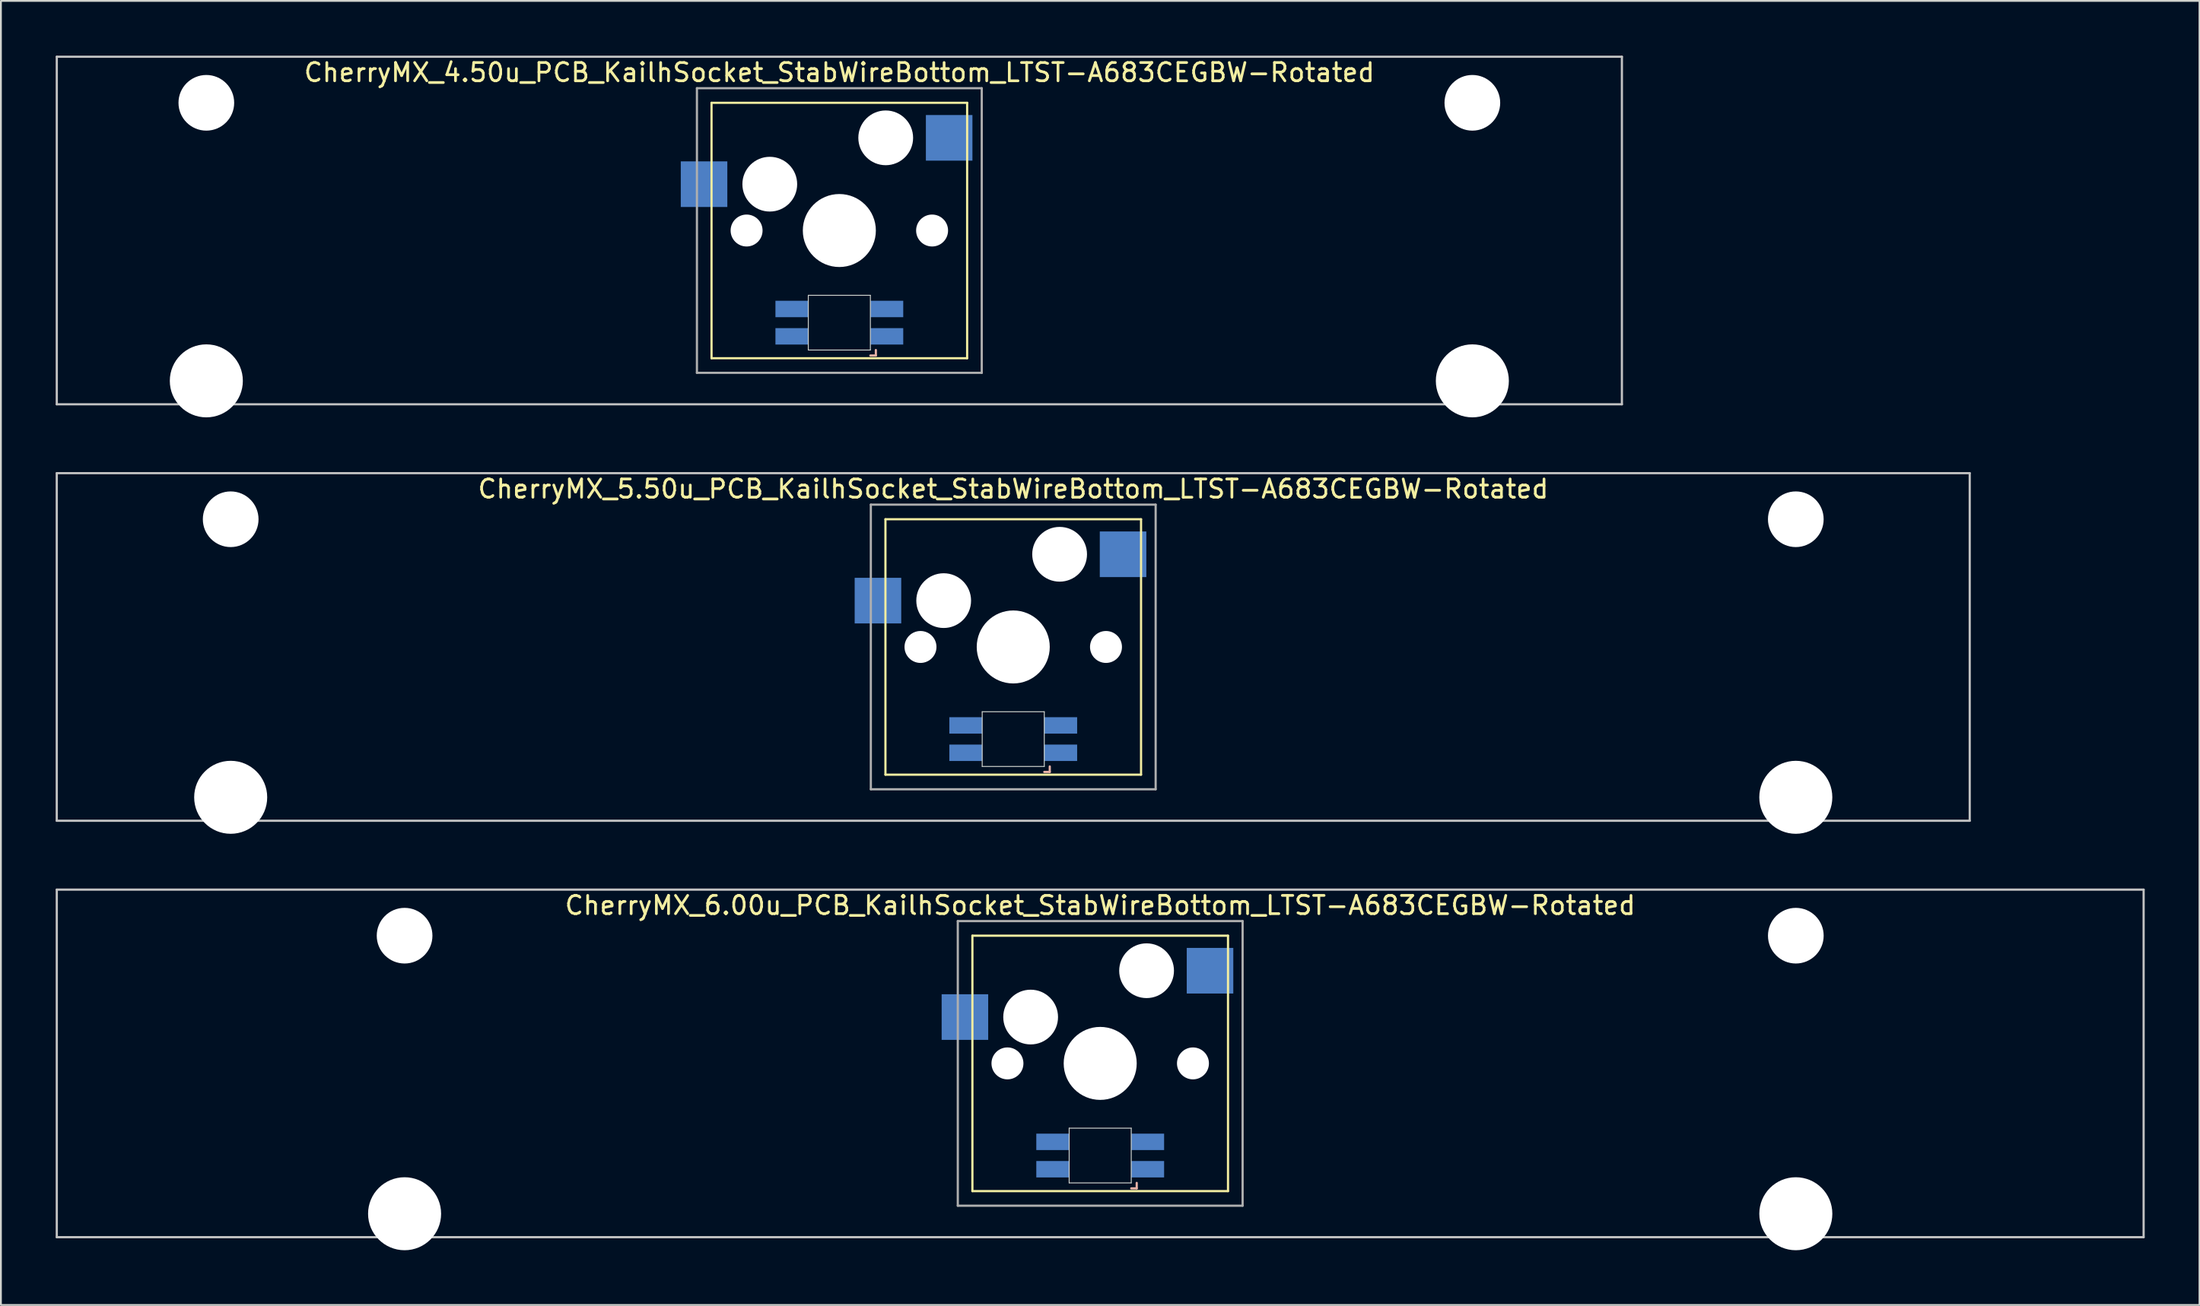
<source format=kicad_pcb>
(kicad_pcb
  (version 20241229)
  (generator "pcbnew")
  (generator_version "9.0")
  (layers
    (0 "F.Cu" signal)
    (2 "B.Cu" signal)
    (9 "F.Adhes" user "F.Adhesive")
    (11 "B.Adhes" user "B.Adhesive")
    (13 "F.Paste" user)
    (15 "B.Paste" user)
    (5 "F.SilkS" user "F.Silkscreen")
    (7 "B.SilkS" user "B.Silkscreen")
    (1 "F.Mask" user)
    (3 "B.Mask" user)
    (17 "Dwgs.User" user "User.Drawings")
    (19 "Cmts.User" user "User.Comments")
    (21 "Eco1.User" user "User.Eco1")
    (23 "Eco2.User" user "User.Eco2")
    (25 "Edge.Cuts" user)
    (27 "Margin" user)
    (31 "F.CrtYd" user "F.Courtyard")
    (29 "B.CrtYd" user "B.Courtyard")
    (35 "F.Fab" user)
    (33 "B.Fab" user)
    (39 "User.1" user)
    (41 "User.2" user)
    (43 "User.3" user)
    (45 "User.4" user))
  (footprint "CherryMX_4.50u_PCB_KailhSocket_StabWireBottom_LTST-A683CEGBW-Rotated"
    (layer "F.Cu")
    (at 42.922 9.585)
    (property "Reference" "CherryMX_4.50u_PCB_KailhSocket_StabWireBottom_LTST-A683CEGBW-Rotated" (at 0 -8.662 0) (layer "F.SilkS") (effects (font (size 1 1) (thickness 0.15))))
    (attr through_hole)
    (fp_line (start -7 -7) (end -7 7) (stroke (width 0.12) (type solid)) (layer "F.SilkS"))
    (fp_line (start -7 -7) (end 7 -7) (stroke (width 0.12) (type solid)) (layer "F.SilkS"))
    (fp_line (start 7 -7) (end 7 7) (stroke (width 0.12) (type solid)) (layer "F.SilkS"))
    (fp_line (start 7 7) (end -7 7) (stroke (width 0.12) (type solid)) (layer "F.SilkS"))
    (fp_line (start 1.7 6.85) (end 2 6.85) (stroke (width 0.12) (type solid)) (layer "B.SilkS"))
    (fp_line (start 2 6.85) (end 2 6.55) (stroke (width 0.12) (type solid)) (layer "B.SilkS"))
    (fp_line (start -42.862 -9.525) (end 42.862 -9.525) (stroke (width 0.12) (type solid)) (layer "Dwgs.User"))
    (fp_line (start -42.862 9.525) (end -42.862 -9.525) (stroke (width 0.12) (type solid)) (layer "Dwgs.User"))
    (fp_line (start 42.862 -9.525) (end 42.862 9.525) (stroke (width 0.12) (type solid)) (layer "Dwgs.User"))
    (fp_line (start 42.862 9.525) (end -42.862 9.525) (stroke (width 0.12) (type solid)) (layer "Dwgs.User"))
    (fp_line (start -1.7 3.55) (end 1.7 3.55) (stroke (width 0.05) (type solid)) (layer "Edge.Cuts"))
    (fp_line (start -1.7 6.55) (end -1.7 3.55) (stroke (width 0.05) (type solid)) (layer "Edge.Cuts"))
    (fp_line (start 1.7 3.55) (end 1.7 6.55) (stroke (width 0.05) (type solid)) (layer "Edge.Cuts"))
    (fp_line (start 1.7 6.55) (end -1.7 6.55) (stroke (width 0.05) (type solid)) (layer "Edge.Cuts"))
    (fp_line (start -7.8 -7.8) (end -7.8 7.8) (stroke (width 0.12) (type solid)) (layer "F.Fab"))
    (fp_line (start -7.8 -7.8) (end 7.8 -7.8) (stroke (width 0.12) (type solid)) (layer "F.Fab"))
    (fp_line (start -7.8 7.8) (end 7.8 7.8) (stroke (width 0.12) (type solid)) (layer "F.Fab"))
    (fp_line (start 7.8 -7.8) (end 7.8 7.8) (stroke (width 0.12) (type solid)) (layer "F.Fab"))
    (pad "" np_thru_hole circle (at -34.671 -7) (size 3.05 3.05) (drill 3.05) (layers "*.Cu" "*.Mask"))
    (pad "" np_thru_hole circle (at -34.671 8.24) (size 4 4) (drill 4) (layers "*.Cu" "*.Mask"))
    (pad "" np_thru_hole circle (at -5.08 0) (size 1.75 1.75) (drill 1.75) (layers "*.Cu" "*.Mask"))
    (pad "" np_thru_hole circle (at -3.81 -2.54) (size 3 3) (drill 3) (layers "*.Cu" "*.Mask"))
    (pad "" np_thru_hole circle (at 0 0) (size 4 4) (drill 4) (layers "*.Cu" "*.Mask"))
    (pad "" np_thru_hole circle (at 2.54 -5.08) (size 3 3) (drill 3) (layers "*.Cu" "*.Mask"))
    (pad "" np_thru_hole circle (at 5.08 0) (size 1.75 1.75) (drill 1.75) (layers "*.Cu" "*.Mask"))
    (pad "" np_thru_hole circle (at 34.671 -7) (size 3.05 3.05) (drill 3.05) (layers "*.Cu" "*.Mask"))
    (pad "" np_thru_hole circle (at 34.671 8.24) (size 4 4) (drill 4) (layers "*.Cu" "*.Mask"))
    (pad "1" smd rect (at -7.41 -2.54) (size 2.55 2.5) (layers "B.Cu" "B.Mask" "B.Paste"))
    (pad "2" smd rect (at 6.015 -5.08) (size 2.55 2.5) (layers "B.Cu" "B.Mask" "B.Paste"))
    (pad "3" smd rect (at 2.6 5.8) (size 1.8 0.9) (layers "B.Cu" "B.Mask" "B.Paste"))
    (pad "4" smd rect (at 2.6 4.3) (size 1.8 0.9) (layers "B.Cu" "B.Mask" "B.Paste"))
    (pad "5" smd rect (at -2.6 5.8) (size 1.8 0.9) (layers "B.Cu" "B.Mask" "B.Paste"))
    (pad "6" smd rect (at -2.6 4.3) (size 1.8 0.9) (layers "B.Cu" "B.Mask" "B.Paste")))
  (footprint "CherryMX_6.00u_PCB_KailhSocket_StabWireBottom_LTST-A683CEGBW-Rotated"
    (layer "F.Cu")
    (at 57.21 55.235)
    (property "Reference" "CherryMX_6.00u_PCB_KailhSocket_StabWireBottom_LTST-A683CEGBW-Rotated" (at 0 -8.662 0) (layer "F.SilkS") (effects (font (size 1 1) (thickness 0.15))))
    (attr through_hole)
    (fp_line (start -7 -7) (end -7 7) (stroke (width 0.12) (type solid)) (layer "F.SilkS"))
    (fp_line (start -7 -7) (end 7 -7) (stroke (width 0.12) (type solid)) (layer "F.SilkS"))
    (fp_line (start 7 -7) (end 7 7) (stroke (width 0.12) (type solid)) (layer "F.SilkS"))
    (fp_line (start 7 7) (end -7 7) (stroke (width 0.12) (type solid)) (layer "F.SilkS"))
    (fp_line (start 1.7 6.85) (end 2 6.85) (stroke (width 0.12) (type solid)) (layer "B.SilkS"))
    (fp_line (start 2 6.85) (end 2 6.55) (stroke (width 0.12) (type solid)) (layer "B.SilkS"))
    (fp_line (start -57.15 -9.525) (end 57.15 -9.525) (stroke (width 0.12) (type solid)) (layer "Dwgs.User"))
    (fp_line (start -57.15 9.525) (end -57.15 -9.525) (stroke (width 0.12) (type solid)) (layer "Dwgs.User"))
    (fp_line (start 57.15 -9.525) (end 57.15 9.525) (stroke (width 0.12) (type solid)) (layer "Dwgs.User"))
    (fp_line (start 57.15 9.525) (end -57.15 9.525) (stroke (width 0.12) (type solid)) (layer "Dwgs.User"))
    (fp_line (start -1.7 3.55) (end 1.7 3.55) (stroke (width 0.05) (type solid)) (layer "Edge.Cuts"))
    (fp_line (start -1.7 6.55) (end -1.7 3.55) (stroke (width 0.05) (type solid)) (layer "Edge.Cuts"))
    (fp_line (start 1.7 3.55) (end 1.7 6.55) (stroke (width 0.05) (type solid)) (layer "Edge.Cuts"))
    (fp_line (start 1.7 6.55) (end -1.7 6.55) (stroke (width 0.05) (type solid)) (layer "Edge.Cuts"))
    (fp_line (start -7.8 -7.8) (end -7.8 7.8) (stroke (width 0.12) (type solid)) (layer "F.Fab"))
    (fp_line (start -7.8 -7.8) (end 7.8 -7.8) (stroke (width 0.12) (type solid)) (layer "F.Fab"))
    (fp_line (start -7.8 7.8) (end 7.8 7.8) (stroke (width 0.12) (type solid)) (layer "F.Fab"))
    (fp_line (start 7.8 -7.8) (end 7.8 7.8) (stroke (width 0.12) (type solid)) (layer "F.Fab"))
    (pad "" np_thru_hole circle (at -38.1 -7) (size 3.05 3.05) (drill 3.05) (layers "*.Cu" "*.Mask"))
    (pad "" np_thru_hole circle (at -38.1 8.24) (size 4 4) (drill 4) (layers "*.Cu" "*.Mask"))
    (pad "" np_thru_hole circle (at -5.08 0) (size 1.75 1.75) (drill 1.75) (layers "*.Cu" "*.Mask"))
    (pad "" np_thru_hole circle (at -3.81 -2.54) (size 3 3) (drill 3) (layers "*.Cu" "*.Mask"))
    (pad "" np_thru_hole circle (at 0 0) (size 4 4) (drill 4) (layers "*.Cu" "*.Mask"))
    (pad "" np_thru_hole circle (at 2.54 -5.08) (size 3 3) (drill 3) (layers "*.Cu" "*.Mask"))
    (pad "" np_thru_hole circle (at 5.08 0) (size 1.75 1.75) (drill 1.75) (layers "*.Cu" "*.Mask"))
    (pad "" np_thru_hole circle (at 38.1 -7) (size 3.05 3.05) (drill 3.05) (layers "*.Cu" "*.Mask"))
    (pad "" np_thru_hole circle (at 38.1 8.24) (size 4 4) (drill 4) (layers "*.Cu" "*.Mask"))
    (pad "1" smd rect (at -7.41 -2.54) (size 2.55 2.5) (layers "B.Cu" "B.Mask" "B.Paste"))
    (pad "2" smd rect (at 6.015 -5.08) (size 2.55 2.5) (layers "B.Cu" "B.Mask" "B.Paste"))
    (pad "3" smd rect (at 2.6 5.8) (size 1.8 0.9) (layers "B.Cu" "B.Mask" "B.Paste"))
    (pad "4" smd rect (at 2.6 4.3) (size 1.8 0.9) (layers "B.Cu" "B.Mask" "B.Paste"))
    (pad "5" smd rect (at -2.6 5.8) (size 1.8 0.9) (layers "B.Cu" "B.Mask" "B.Paste"))
    (pad "6" smd rect (at -2.6 4.3) (size 1.8 0.9) (layers "B.Cu" "B.Mask" "B.Paste")))
  (footprint "CherryMX_5.50u_PCB_KailhSocket_StabWireBottom_LTST-A683CEGBW-Rotated"
    (layer "F.Cu")
    (at 52.447 32.41)
    (property "Reference" "CherryMX_5.50u_PCB_KailhSocket_StabWireBottom_LTST-A683CEGBW-Rotated" (at 0 -8.662 0) (layer "F.SilkS") (effects (font (size 1 1) (thickness 0.15))))
    (attr through_hole)
    (fp_line (start -7 -7) (end -7 7) (stroke (width 0.12) (type solid)) (layer "F.SilkS"))
    (fp_line (start -7 -7) (end 7 -7) (stroke (width 0.12) (type solid)) (layer "F.SilkS"))
    (fp_line (start 7 -7) (end 7 7) (stroke (width 0.12) (type solid)) (layer "F.SilkS"))
    (fp_line (start 7 7) (end -7 7) (stroke (width 0.12) (type solid)) (layer "F.SilkS"))
    (fp_line (start 1.7 6.85) (end 2 6.85) (stroke (width 0.12) (type solid)) (layer "B.SilkS"))
    (fp_line (start 2 6.85) (end 2 6.55) (stroke (width 0.12) (type solid)) (layer "B.SilkS"))
    (fp_line (start -52.388 -9.525) (end 52.388 -9.525) (stroke (width 0.12) (type solid)) (layer "Dwgs.User"))
    (fp_line (start -52.388 9.525) (end -52.388 -9.525) (stroke (width 0.12) (type solid)) (layer "Dwgs.User"))
    (fp_line (start 52.388 -9.525) (end 52.388 9.525) (stroke (width 0.12) (type solid)) (layer "Dwgs.User"))
    (fp_line (start 52.388 9.525) (end -52.388 9.525) (stroke (width 0.12) (type solid)) (layer "Dwgs.User"))
    (fp_line (start -1.7 3.55) (end 1.7 3.55) (stroke (width 0.05) (type solid)) (layer "Edge.Cuts"))
    (fp_line (start -1.7 6.55) (end -1.7 3.55) (stroke (width 0.05) (type solid)) (layer "Edge.Cuts"))
    (fp_line (start 1.7 3.55) (end 1.7 6.55) (stroke (width 0.05) (type solid)) (layer "Edge.Cuts"))
    (fp_line (start 1.7 6.55) (end -1.7 6.55) (stroke (width 0.05) (type solid)) (layer "Edge.Cuts"))
    (fp_line (start -7.8 -7.8) (end -7.8 7.8) (stroke (width 0.12) (type solid)) (layer "F.Fab"))
    (fp_line (start -7.8 -7.8) (end 7.8 -7.8) (stroke (width 0.12) (type solid)) (layer "F.Fab"))
    (fp_line (start -7.8 7.8) (end 7.8 7.8) (stroke (width 0.12) (type solid)) (layer "F.Fab"))
    (fp_line (start 7.8 -7.8) (end 7.8 7.8) (stroke (width 0.12) (type solid)) (layer "F.Fab"))
    (pad "" np_thru_hole circle (at -42.862 -7) (size 3.05 3.05) (drill 3.05) (layers "*.Cu" "*.Mask"))
    (pad "" np_thru_hole circle (at -42.862 8.24) (size 4 4) (drill 4) (layers "*.Cu" "*.Mask"))
    (pad "" np_thru_hole circle (at -5.08 0) (size 1.75 1.75) (drill 1.75) (layers "*.Cu" "*.Mask"))
    (pad "" np_thru_hole circle (at -3.81 -2.54) (size 3 3) (drill 3) (layers "*.Cu" "*.Mask"))
    (pad "" np_thru_hole circle (at 0 0) (size 4 4) (drill 4) (layers "*.Cu" "*.Mask"))
    (pad "" np_thru_hole circle (at 2.54 -5.08) (size 3 3) (drill 3) (layers "*.Cu" "*.Mask"))
    (pad "" np_thru_hole circle (at 5.08 0) (size 1.75 1.75) (drill 1.75) (layers "*.Cu" "*.Mask"))
    (pad "" np_thru_hole circle (at 42.862 -7) (size 3.05 3.05) (drill 3.05) (layers "*.Cu" "*.Mask"))
    (pad "" np_thru_hole circle (at 42.862 8.24) (size 4 4) (drill 4) (layers "*.Cu" "*.Mask"))
    (pad "1" smd rect (at -7.41 -2.54) (size 2.55 2.5) (layers "B.Cu" "B.Mask" "B.Paste"))
    (pad "2" smd rect (at 6.015 -5.08) (size 2.55 2.5) (layers "B.Cu" "B.Mask" "B.Paste"))
    (pad "3" smd rect (at 2.6 5.8) (size 1.8 0.9) (layers "B.Cu" "B.Mask" "B.Paste"))
    (pad "4" smd rect (at 2.6 4.3) (size 1.8 0.9) (layers "B.Cu" "B.Mask" "B.Paste"))
    (pad "5" smd rect (at -2.6 5.8) (size 1.8 0.9) (layers "B.Cu" "B.Mask" "B.Paste"))
    (pad "6" smd rect (at -2.6 4.3) (size 1.8 0.9) (layers "B.Cu" "B.Mask" "B.Paste")))
  (gr_rect
    (start -3 -3)
    (end 117.42 68.475)
    (stroke (width 0.1) (type default))
    (fill no)
    (layer "Edge.Cuts")))
</source>
